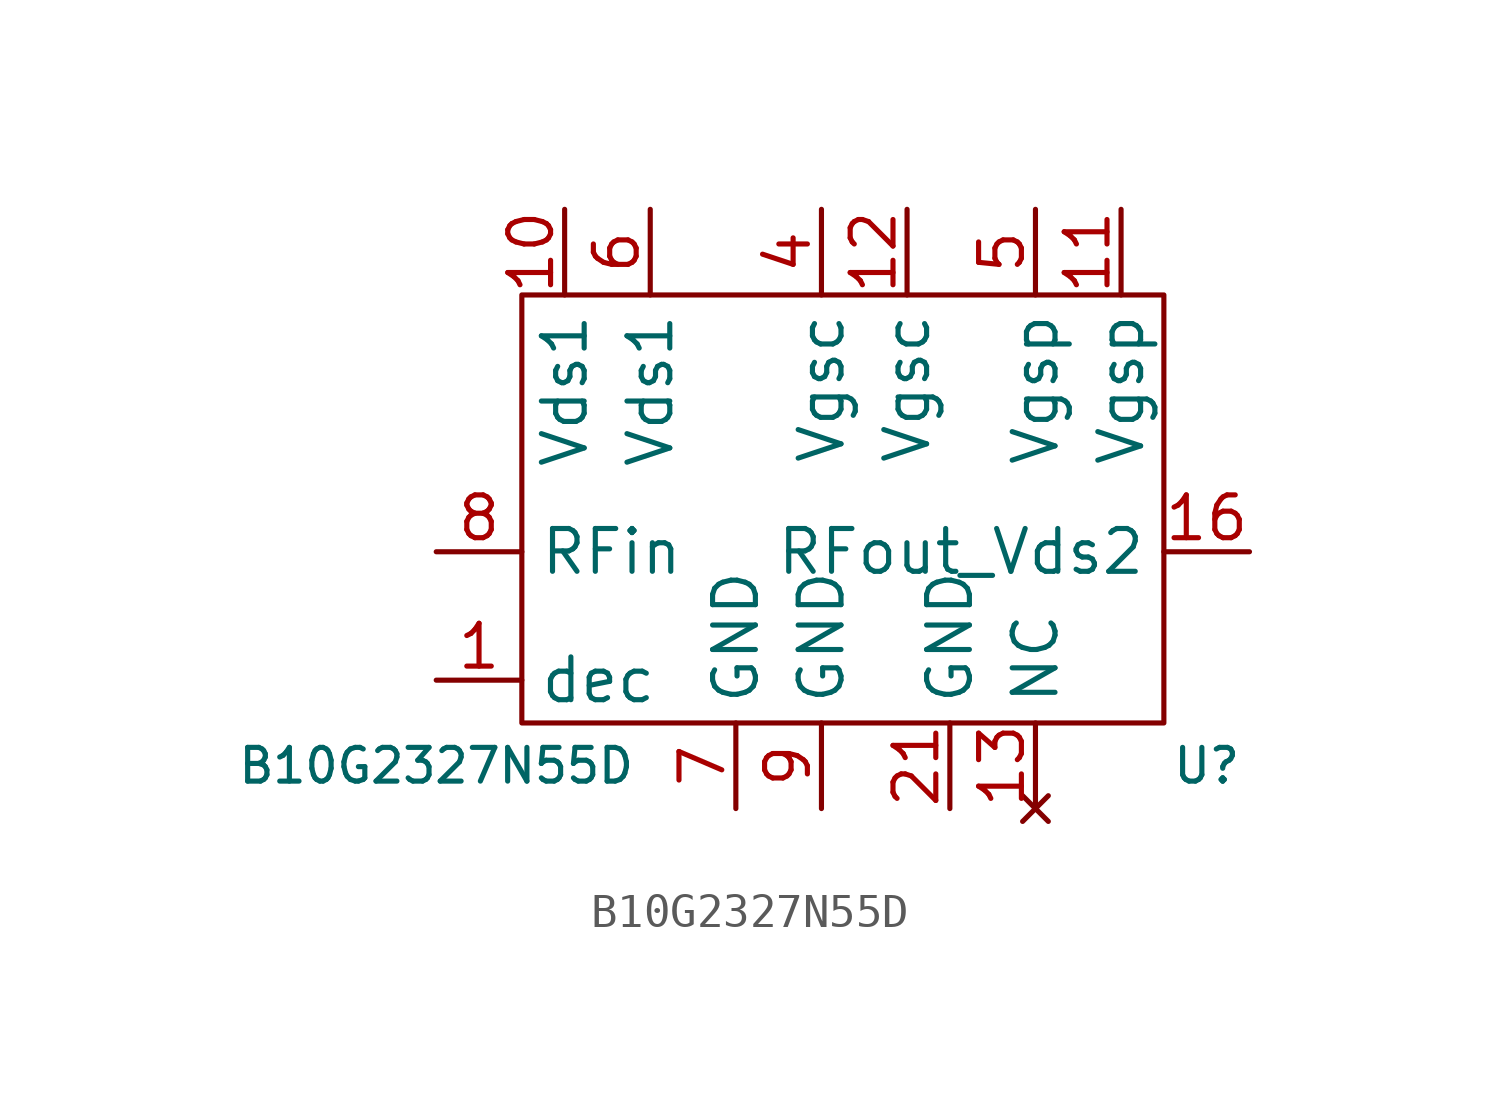
<source format=kicad_sym>
(kicad_symbol_lib
  (version 20220914)
  (generator kicad_symbol_editor)
  (symbol "B10G2327N55D"
    (property "Reference" "U"
      (at 10.16 -6.35 0)
      (effects (font (size 1 1))))
    (property "Value" "B10G2327N55D"
      (at -12.7 -6.35 0)
      (effects (font (size 1 1))))
    (symbol "B10G2327N55D_0_1"
      (rectangle (start -10.16 7.62) (end 8.89 -5.08) (stroke (width 0) (type default)) (fill (type none))))
    (symbol "B10G2327N55D_1_1"
      (pin power_out line (at -12.7 -3.81 0) (length 2.54) (name "dec" (effects (font (size 1.27 1.27)))) (number "1" (effects (font (size 1.27 1.27)))))
      (pin power_in line (at -8.89 10.16 270) (length 2.54) (name "Vds1" (effects (font (size 1.27 1.27)))) (number "10" (effects (font (size 1.27 1.27)))))
      (pin input line (at 7.62 10.16 270) (length 2.54) (name "Vgsp" (effects (font (size 1.27 1.27)))) (number "11" (effects (font (size 1.27 1.27)))))
      (pin input line (at 1.27 10.16 270) (length 2.54) (name "Vgsc" (effects (font (size 1.27 1.27)))) (number "12" (effects (font (size 1.27 1.27)))))
      (pin no_connect line (at 5.08 -7.62 90) (length 2.54) (name "NC" (effects (font (size 1.27 1.27)))) (number "13" (effects (font (size 1.27 1.27)))))
      (pin no_connect line (at 5.08 -7.62 90) (length 2.54) hide (name "NC" (effects (font (size 1.27 1.27)))) (number "14" (effects (font (size 1.27 1.27)))))
      (pin no_connect line (at 5.08 -7.62 90) (length 2.54) hide (name "NC" (effects (font (size 1.27 1.27)))) (number "15" (effects (font (size 1.27 1.27)))))
      (pin output line (at 11.43 0 180) (length 2.54) (name "RFout_Vds2" (effects (font (size 1.27 1.27)))) (number "16" (effects (font (size 1.27 1.27)))))
      (pin output line (at 11.43 0 180) (length 2.54) hide (name "RFout" (effects (font (size 1.27 1.27)))) (number "17" (effects (font (size 1.27 1.27)))))
      (pin output line (at 11.43 0 180) (length 2.54) hide (name "RFout" (effects (font (size 1.27 1.27)))) (number "18" (effects (font (size 1.27 1.27)))))
      (pin output line (at 11.43 0 180) (length 2.54) hide (name "RFout" (effects (font (size 1.27 1.27)))) (number "19" (effects (font (size 1.27 1.27)))))
      (pin no_connect line (at 5.08 -7.62 90) (length 2.54) hide (name "NC" (effects (font (size 1.27 1.27)))) (number "2" (effects (font (size 1.27 1.27)))))
      (pin output line (at 11.43 0 180) (length 2.54) hide (name "RFout" (effects (font (size 1.27 1.27)))) (number "20" (effects (font (size 1.27 1.27)))))
      (pin power_in line (at 2.54 -7.62 90) (length 2.54) (name "GND" (effects (font (size 1.27 1.27)))) (number "21" (effects (font (size 1.27 1.27)))))
      (pin no_connect line (at 5.08 -7.62 90) (length 2.54) hide (name "NC" (effects (font (size 1.27 1.27)))) (number "3" (effects (font (size 1.27 1.27)))))
      (pin input line (at -1.27 10.16 270) (length 2.54) (name "Vgsc" (effects (font (size 1.27 1.27)))) (number "4" (effects (font (size 1.27 1.27)))))
      (pin input line (at 5.08 10.16 270) (length 2.54) (name "Vgsp" (effects (font (size 1.27 1.27)))) (number "5" (effects (font (size 1.27 1.27)))))
      (pin power_in line (at -6.35 10.16 270) (length 2.54) (name "Vds1" (effects (font (size 1.27 1.27)))) (number "6" (effects (font (size 1.27 1.27)))))
      (pin power_in line (at -3.81 -7.62 90) (length 2.54) (name "GND" (effects (font (size 1.27 1.27)))) (number "7" (effects (font (size 1.27 1.27)))))
      (pin input line (at -12.7 0 0) (length 2.54) (name "RFin" (effects (font (size 1.27 1.27)))) (number "8" (effects (font (size 1.27 1.27)))))
      (pin power_in line (at -1.27 -7.62 90) (length 2.54) (name "GND" (effects (font (size 1.27 1.27)))) (number "9" (effects (font (size 1.27 1.27))))))))
</source>
